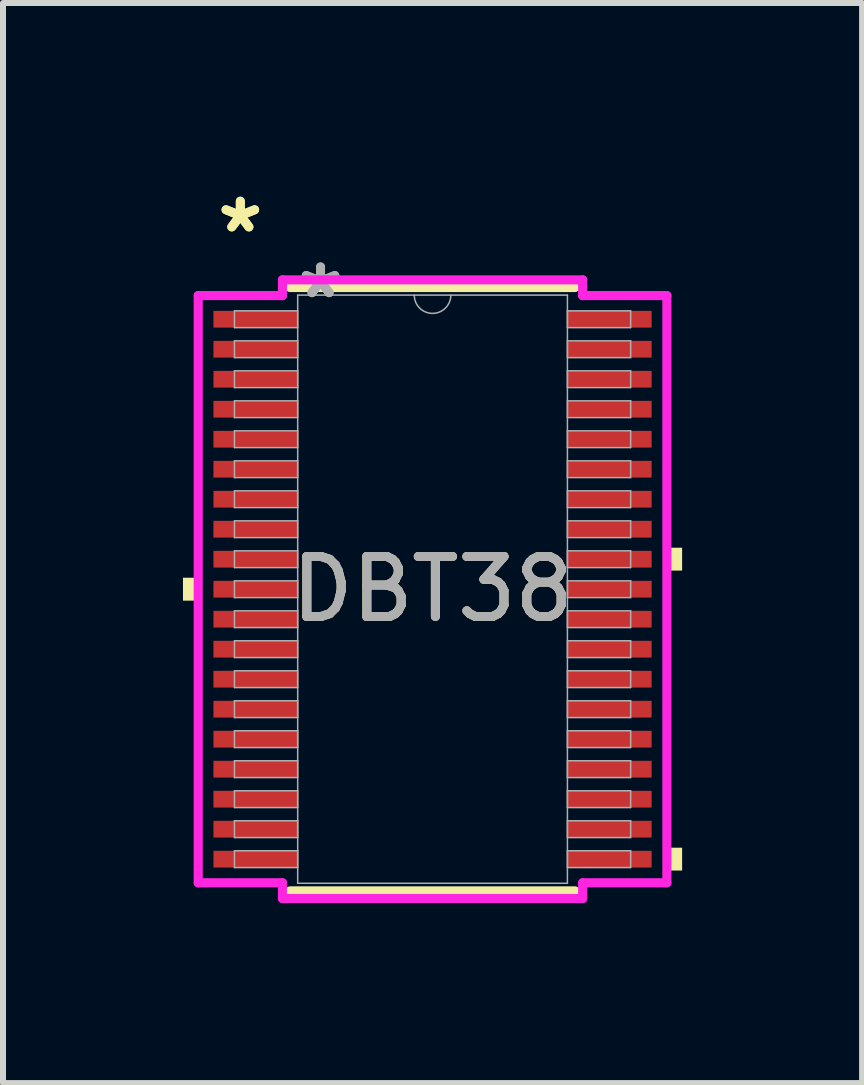
<source format=kicad_pcb>
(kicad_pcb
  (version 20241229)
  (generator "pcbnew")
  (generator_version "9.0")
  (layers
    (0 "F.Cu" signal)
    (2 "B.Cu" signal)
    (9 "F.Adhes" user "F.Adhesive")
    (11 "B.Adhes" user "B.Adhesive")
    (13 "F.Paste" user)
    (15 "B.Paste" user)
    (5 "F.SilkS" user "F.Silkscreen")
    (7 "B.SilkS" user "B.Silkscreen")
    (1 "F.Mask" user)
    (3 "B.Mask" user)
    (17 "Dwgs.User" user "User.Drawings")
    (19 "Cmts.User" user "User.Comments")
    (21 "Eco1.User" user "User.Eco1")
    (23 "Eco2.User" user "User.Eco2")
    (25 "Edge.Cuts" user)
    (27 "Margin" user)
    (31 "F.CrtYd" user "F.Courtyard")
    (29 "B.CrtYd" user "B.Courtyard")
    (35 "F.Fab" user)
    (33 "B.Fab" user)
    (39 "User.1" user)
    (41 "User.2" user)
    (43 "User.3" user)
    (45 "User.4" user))
  (footprint "DBT38"
    (layer "F.Cu")
    (at 4.16 6.771)
    (property "Reference" "DBT38" (at 0 0 0) (unlocked yes) (layer "F.SilkS") (effects (font (size 1 1) (thickness 0.15))))
    (attr smd)
    (fp_line (start -2.375 5.029) (end 2.375 5.029) (stroke (width 0.152) (type solid)) (layer "F.SilkS"))
    (fp_line (start 2.375 -5.029) (end -2.375 -5.029) (stroke (width 0.152) (type solid)) (layer "F.SilkS"))
    (fp_poly (pts (xy -4.16 -0.191) (xy -4.16 0.191) (xy -3.906 0.191) (xy -3.906 -0.191)) (stroke (width 0) (type solid)) (fill yes) (layer "F.SilkS"))
    (fp_poly (pts (xy 4.16 -0.691) (xy 4.16 -0.31) (xy 3.906 -0.31) (xy 3.906 -0.691)) (stroke (width 0) (type solid)) (fill yes) (layer "F.SilkS"))
    (fp_poly (pts (xy 4.16 4.309) (xy 4.16 4.69) (xy 3.906 4.69) (xy 3.906 4.309)) (stroke (width 0) (type solid)) (fill yes) (layer "F.SilkS"))
    (fp_line (start -3.906 -4.894) (end -2.502 -4.894) (stroke (width 0.152) (type solid)) (layer "F.CrtYd"))
    (fp_line (start -3.906 4.894) (end -3.906 -4.894) (stroke (width 0.152) (type solid)) (layer "F.CrtYd"))
    (fp_line (start -3.906 4.894) (end -2.502 4.894) (stroke (width 0.152) (type solid)) (layer "F.CrtYd"))
    (fp_line (start -2.502 -5.156) (end 2.502 -5.156) (stroke (width 0.152) (type solid)) (layer "F.CrtYd"))
    (fp_line (start -2.502 -4.894) (end -2.502 -5.156) (stroke (width 0.152) (type solid)) (layer "F.CrtYd"))
    (fp_line (start -2.502 5.156) (end -2.502 4.894) (stroke (width 0.152) (type solid)) (layer "F.CrtYd"))
    (fp_line (start 2.502 -5.156) (end 2.502 -4.894) (stroke (width 0.152) (type solid)) (layer "F.CrtYd"))
    (fp_line (start 2.502 4.894) (end 2.502 5.156) (stroke (width 0.152) (type solid)) (layer "F.CrtYd"))
    (fp_line (start 2.502 5.156) (end -2.502 5.156) (stroke (width 0.152) (type solid)) (layer "F.CrtYd"))
    (fp_line (start 3.906 -4.894) (end 2.502 -4.894) (stroke (width 0.152) (type solid)) (layer "F.CrtYd"))
    (fp_line (start 3.906 -4.894) (end 3.906 4.894) (stroke (width 0.152) (type solid)) (layer "F.CrtYd"))
    (fp_line (start 3.906 4.894) (end 2.502 4.894) (stroke (width 0.152) (type solid)) (layer "F.CrtYd"))
    (fp_line (start -3.302 -4.64) (end -3.302 -4.36) (stroke (width 0.025) (type solid)) (layer "F.Fab"))
    (fp_line (start -3.302 -4.36) (end -2.248 -4.36) (stroke (width 0.025) (type solid)) (layer "F.Fab"))
    (fp_line (start -3.302 -4.14) (end -3.302 -3.86) (stroke (width 0.025) (type solid)) (layer "F.Fab"))
    (fp_line (start -3.302 -3.86) (end -2.248 -3.86) (stroke (width 0.025) (type solid)) (layer "F.Fab"))
    (fp_line (start -3.302 -3.64) (end -3.302 -3.36) (stroke (width 0.025) (type solid)) (layer "F.Fab"))
    (fp_line (start -3.302 -3.36) (end -2.248 -3.36) (stroke (width 0.025) (type solid)) (layer "F.Fab"))
    (fp_line (start -3.302 -3.14) (end -3.302 -2.86) (stroke (width 0.025) (type solid)) (layer "F.Fab"))
    (fp_line (start -3.302 -2.86) (end -2.248 -2.86) (stroke (width 0.025) (type solid)) (layer "F.Fab"))
    (fp_line (start -3.302 -2.64) (end -3.302 -2.36) (stroke (width 0.025) (type solid)) (layer "F.Fab"))
    (fp_line (start -3.302 -2.36) (end -2.248 -2.36) (stroke (width 0.025) (type solid)) (layer "F.Fab"))
    (fp_line (start -3.302 -2.14) (end -3.302 -1.86) (stroke (width 0.025) (type solid)) (layer "F.Fab"))
    (fp_line (start -3.302 -1.86) (end -2.248 -1.86) (stroke (width 0.025) (type solid)) (layer "F.Fab"))
    (fp_line (start -3.302 -1.64) (end -3.302 -1.36) (stroke (width 0.025) (type solid)) (layer "F.Fab"))
    (fp_line (start -3.302 -1.36) (end -2.248 -1.36) (stroke (width 0.025) (type solid)) (layer "F.Fab"))
    (fp_line (start -3.302 -1.14) (end -3.302 -0.86) (stroke (width 0.025) (type solid)) (layer "F.Fab"))
    (fp_line (start -3.302 -0.86) (end -2.248 -0.86) (stroke (width 0.025) (type solid)) (layer "F.Fab"))
    (fp_line (start -3.302 -0.64) (end -3.302 -0.36) (stroke (width 0.025) (type solid)) (layer "F.Fab"))
    (fp_line (start -3.302 -0.36) (end -2.248 -0.36) (stroke (width 0.025) (type solid)) (layer "F.Fab"))
    (fp_line (start -3.302 -0.14) (end -3.302 0.14) (stroke (width 0.025) (type solid)) (layer "F.Fab"))
    (fp_line (start -3.302 0.14) (end -2.248 0.14) (stroke (width 0.025) (type solid)) (layer "F.Fab"))
    (fp_line (start -3.302 0.36) (end -3.302 0.64) (stroke (width 0.025) (type solid)) (layer "F.Fab"))
    (fp_line (start -3.302 0.64) (end -2.248 0.64) (stroke (width 0.025) (type solid)) (layer "F.Fab"))
    (fp_line (start -3.302 0.86) (end -3.302 1.14) (stroke (width 0.025) (type solid)) (layer "F.Fab"))
    (fp_line (start -3.302 1.14) (end -2.248 1.14) (stroke (width 0.025) (type solid)) (layer "F.Fab"))
    (fp_line (start -3.302 1.36) (end -3.302 1.64) (stroke (width 0.025) (type solid)) (layer "F.Fab"))
    (fp_line (start -3.302 1.64) (end -2.248 1.64) (stroke (width 0.025) (type solid)) (layer "F.Fab"))
    (fp_line (start -3.302 1.86) (end -3.302 2.14) (stroke (width 0.025) (type solid)) (layer "F.Fab"))
    (fp_line (start -3.302 2.14) (end -2.248 2.14) (stroke (width 0.025) (type solid)) (layer "F.Fab"))
    (fp_line (start -3.302 2.36) (end -3.302 2.64) (stroke (width 0.025) (type solid)) (layer "F.Fab"))
    (fp_line (start -3.302 2.64) (end -2.248 2.64) (stroke (width 0.025) (type solid)) (layer "F.Fab"))
    (fp_line (start -3.302 2.86) (end -3.302 3.14) (stroke (width 0.025) (type solid)) (layer "F.Fab"))
    (fp_line (start -3.302 3.14) (end -2.248 3.14) (stroke (width 0.025) (type solid)) (layer "F.Fab"))
    (fp_line (start -3.302 3.36) (end -3.302 3.64) (stroke (width 0.025) (type solid)) (layer "F.Fab"))
    (fp_line (start -3.302 3.64) (end -2.248 3.64) (stroke (width 0.025) (type solid)) (layer "F.Fab"))
    (fp_line (start -3.302 3.86) (end -3.302 4.14) (stroke (width 0.025) (type solid)) (layer "F.Fab"))
    (fp_line (start -3.302 4.14) (end -2.248 4.14) (stroke (width 0.025) (type solid)) (layer "F.Fab"))
    (fp_line (start -3.302 4.36) (end -3.302 4.64) (stroke (width 0.025) (type solid)) (layer "F.Fab"))
    (fp_line (start -3.302 4.64) (end -2.248 4.64) (stroke (width 0.025) (type solid)) (layer "F.Fab"))
    (fp_line (start -2.248 -4.902) (end -2.248 4.902) (stroke (width 0.025) (type solid)) (layer "F.Fab"))
    (fp_line (start -2.248 -4.64) (end -3.302 -4.64) (stroke (width 0.025) (type solid)) (layer "F.Fab"))
    (fp_line (start -2.248 -4.36) (end -2.248 -4.64) (stroke (width 0.025) (type solid)) (layer "F.Fab"))
    (fp_line (start -2.248 -4.14) (end -3.302 -4.14) (stroke (width 0.025) (type solid)) (layer "F.Fab"))
    (fp_line (start -2.248 -3.86) (end -2.248 -4.14) (stroke (width 0.025) (type solid)) (layer "F.Fab"))
    (fp_line (start -2.248 -3.64) (end -3.302 -3.64) (stroke (width 0.025) (type solid)) (layer "F.Fab"))
    (fp_line (start -2.248 -3.36) (end -2.248 -3.64) (stroke (width 0.025) (type solid)) (layer "F.Fab"))
    (fp_line (start -2.248 -3.14) (end -3.302 -3.14) (stroke (width 0.025) (type solid)) (layer "F.Fab"))
    (fp_line (start -2.248 -2.86) (end -2.248 -3.14) (stroke (width 0.025) (type solid)) (layer "F.Fab"))
    (fp_line (start -2.248 -2.64) (end -3.302 -2.64) (stroke (width 0.025) (type solid)) (layer "F.Fab"))
    (fp_line (start -2.248 -2.36) (end -2.248 -2.64) (stroke (width 0.025) (type solid)) (layer "F.Fab"))
    (fp_line (start -2.248 -2.14) (end -3.302 -2.14) (stroke (width 0.025) (type solid)) (layer "F.Fab"))
    (fp_line (start -2.248 -1.86) (end -2.248 -2.14) (stroke (width 0.025) (type solid)) (layer "F.Fab"))
    (fp_line (start -2.248 -1.64) (end -3.302 -1.64) (stroke (width 0.025) (type solid)) (layer "F.Fab"))
    (fp_line (start -2.248 -1.36) (end -2.248 -1.64) (stroke (width 0.025) (type solid)) (layer "F.Fab"))
    (fp_line (start -2.248 -1.14) (end -3.302 -1.14) (stroke (width 0.025) (type solid)) (layer "F.Fab"))
    (fp_line (start -2.248 -0.86) (end -2.248 -1.14) (stroke (width 0.025) (type solid)) (layer "F.Fab"))
    (fp_line (start -2.248 -0.64) (end -3.302 -0.64) (stroke (width 0.025) (type solid)) (layer "F.Fab"))
    (fp_line (start -2.248 -0.36) (end -2.248 -0.64) (stroke (width 0.025) (type solid)) (layer "F.Fab"))
    (fp_line (start -2.248 -0.14) (end -3.302 -0.14) (stroke (width 0.025) (type solid)) (layer "F.Fab"))
    (fp_line (start -2.248 0.14) (end -2.248 -0.14) (stroke (width 0.025) (type solid)) (layer "F.Fab"))
    (fp_line (start -2.248 0.36) (end -3.302 0.36) (stroke (width 0.025) (type solid)) (layer "F.Fab"))
    (fp_line (start -2.248 0.64) (end -2.248 0.36) (stroke (width 0.025) (type solid)) (layer "F.Fab"))
    (fp_line (start -2.248 0.86) (end -3.302 0.86) (stroke (width 0.025) (type solid)) (layer "F.Fab"))
    (fp_line (start -2.248 1.14) (end -2.248 0.86) (stroke (width 0.025) (type solid)) (layer "F.Fab"))
    (fp_line (start -2.248 1.36) (end -3.302 1.36) (stroke (width 0.025) (type solid)) (layer "F.Fab"))
    (fp_line (start -2.248 1.64) (end -2.248 1.36) (stroke (width 0.025) (type solid)) (layer "F.Fab"))
    (fp_line (start -2.248 1.86) (end -3.302 1.86) (stroke (width 0.025) (type solid)) (layer "F.Fab"))
    (fp_line (start -2.248 2.14) (end -2.248 1.86) (stroke (width 0.025) (type solid)) (layer "F.Fab"))
    (fp_line (start -2.248 2.36) (end -3.302 2.36) (stroke (width 0.025) (type solid)) (layer "F.Fab"))
    (fp_line (start -2.248 2.64) (end -2.248 2.36) (stroke (width 0.025) (type solid)) (layer "F.Fab"))
    (fp_line (start -2.248 2.86) (end -3.302 2.86) (stroke (width 0.025) (type solid)) (layer "F.Fab"))
    (fp_line (start -2.248 3.14) (end -2.248 2.86) (stroke (width 0.025) (type solid)) (layer "F.Fab"))
    (fp_line (start -2.248 3.36) (end -3.302 3.36) (stroke (width 0.025) (type solid)) (layer "F.Fab"))
    (fp_line (start -2.248 3.64) (end -2.248 3.36) (stroke (width 0.025) (type solid)) (layer "F.Fab"))
    (fp_line (start -2.248 3.86) (end -3.302 3.86) (stroke (width 0.025) (type solid)) (layer "F.Fab"))
    (fp_line (start -2.248 4.14) (end -2.248 3.86) (stroke (width 0.025) (type solid)) (layer "F.Fab"))
    (fp_line (start -2.248 4.36) (end -3.302 4.36) (stroke (width 0.025) (type solid)) (layer "F.Fab"))
    (fp_line (start -2.248 4.64) (end -2.248 4.36) (stroke (width 0.025) (type solid)) (layer "F.Fab"))
    (fp_line (start -2.248 4.902) (end 2.248 4.902) (stroke (width 0.025) (type solid)) (layer "F.Fab"))
    (fp_line (start 2.248 -4.902) (end -2.248 -4.902) (stroke (width 0.025) (type solid)) (layer "F.Fab"))
    (fp_line (start 2.248 -4.64) (end 2.248 -4.36) (stroke (width 0.025) (type solid)) (layer "F.Fab"))
    (fp_line (start 2.248 -4.36) (end 3.302 -4.36) (stroke (width 0.025) (type solid)) (layer "F.Fab"))
    (fp_line (start 2.248 -4.14) (end 2.248 -3.86) (stroke (width 0.025) (type solid)) (layer "F.Fab"))
    (fp_line (start 2.248 -3.86) (end 3.302 -3.86) (stroke (width 0.025) (type solid)) (layer "F.Fab"))
    (fp_line (start 2.248 -3.64) (end 2.248 -3.36) (stroke (width 0.025) (type solid)) (layer "F.Fab"))
    (fp_line (start 2.248 -3.36) (end 3.302 -3.36) (stroke (width 0.025) (type solid)) (layer "F.Fab"))
    (fp_line (start 2.248 -3.14) (end 2.248 -2.86) (stroke (width 0.025) (type solid)) (layer "F.Fab"))
    (fp_line (start 2.248 -2.86) (end 3.302 -2.86) (stroke (width 0.025) (type solid)) (layer "F.Fab"))
    (fp_line (start 2.248 -2.64) (end 2.248 -2.36) (stroke (width 0.025) (type solid)) (layer "F.Fab"))
    (fp_line (start 2.248 -2.36) (end 3.302 -2.36) (stroke (width 0.025) (type solid)) (layer "F.Fab"))
    (fp_line (start 2.248 -2.14) (end 2.248 -1.86) (stroke (width 0.025) (type solid)) (layer "F.Fab"))
    (fp_line (start 2.248 -1.86) (end 3.302 -1.86) (stroke (width 0.025) (type solid)) (layer "F.Fab"))
    (fp_line (start 2.248 -1.64) (end 2.248 -1.36) (stroke (width 0.025) (type solid)) (layer "F.Fab"))
    (fp_line (start 2.248 -1.36) (end 3.302 -1.36) (stroke (width 0.025) (type solid)) (layer "F.Fab"))
    (fp_line (start 2.248 -1.14) (end 2.248 -0.86) (stroke (width 0.025) (type solid)) (layer "F.Fab"))
    (fp_line (start 2.248 -0.86) (end 3.302 -0.86) (stroke (width 0.025) (type solid)) (layer "F.Fab"))
    (fp_line (start 2.248 -0.64) (end 2.248 -0.36) (stroke (width 0.025) (type solid)) (layer "F.Fab"))
    (fp_line (start 2.248 -0.36) (end 3.302 -0.36) (stroke (width 0.025) (type solid)) (layer "F.Fab"))
    (fp_line (start 2.248 -0.14) (end 2.248 0.14) (stroke (width 0.025) (type solid)) (layer "F.Fab"))
    (fp_line (start 2.248 0.14) (end 3.302 0.14) (stroke (width 0.025) (type solid)) (layer "F.Fab"))
    (fp_line (start 2.248 0.36) (end 2.248 0.64) (stroke (width 0.025) (type solid)) (layer "F.Fab"))
    (fp_line (start 2.248 0.64) (end 3.302 0.64) (stroke (width 0.025) (type solid)) (layer "F.Fab"))
    (fp_line (start 2.248 0.86) (end 2.248 1.14) (stroke (width 0.025) (type solid)) (layer "F.Fab"))
    (fp_line (start 2.248 1.14) (end 3.302 1.14) (stroke (width 0.025) (type solid)) (layer "F.Fab"))
    (fp_line (start 2.248 1.36) (end 2.248 1.64) (stroke (width 0.025) (type solid)) (layer "F.Fab"))
    (fp_line (start 2.248 1.64) (end 3.302 1.64) (stroke (width 0.025) (type solid)) (layer "F.Fab"))
    (fp_line (start 2.248 1.86) (end 2.248 2.14) (stroke (width 0.025) (type solid)) (layer "F.Fab"))
    (fp_line (start 2.248 2.14) (end 3.302 2.14) (stroke (width 0.025) (type solid)) (layer "F.Fab"))
    (fp_line (start 2.248 2.36) (end 2.248 2.64) (stroke (width 0.025) (type solid)) (layer "F.Fab"))
    (fp_line (start 2.248 2.64) (end 3.302 2.64) (stroke (width 0.025) (type solid)) (layer "F.Fab"))
    (fp_line (start 2.248 2.86) (end 2.248 3.14) (stroke (width 0.025) (type solid)) (layer "F.Fab"))
    (fp_line (start 2.248 3.14) (end 3.302 3.14) (stroke (width 0.025) (type solid)) (layer "F.Fab"))
    (fp_line (start 2.248 3.36) (end 2.248 3.64) (stroke (width 0.025) (type solid)) (layer "F.Fab"))
    (fp_line (start 2.248 3.64) (end 3.302 3.64) (stroke (width 0.025) (type solid)) (layer "F.Fab"))
    (fp_line (start 2.248 3.86) (end 2.248 4.14) (stroke (width 0.025) (type solid)) (layer "F.Fab"))
    (fp_line (start 2.248 4.14) (end 3.302 4.14) (stroke (width 0.025) (type solid)) (layer "F.Fab"))
    (fp_line (start 2.248 4.36) (end 2.248 4.64) (stroke (width 0.025) (type solid)) (layer "F.Fab"))
    (fp_line (start 2.248 4.64) (end 3.302 4.64) (stroke (width 0.025) (type solid)) (layer "F.Fab"))
    (fp_line (start 2.248 4.902) (end 2.248 -4.902) (stroke (width 0.025) (type solid)) (layer "F.Fab"))
    (fp_line (start 3.302 -4.64) (end 2.248 -4.64) (stroke (width 0.025) (type solid)) (layer "F.Fab"))
    (fp_line (start 3.302 -4.36) (end 3.302 -4.64) (stroke (width 0.025) (type solid)) (layer "F.Fab"))
    (fp_line (start 3.302 -4.14) (end 2.248 -4.14) (stroke (width 0.025) (type solid)) (layer "F.Fab"))
    (fp_line (start 3.302 -3.86) (end 3.302 -4.14) (stroke (width 0.025) (type solid)) (layer "F.Fab"))
    (fp_line (start 3.302 -3.64) (end 2.248 -3.64) (stroke (width 0.025) (type solid)) (layer "F.Fab"))
    (fp_line (start 3.302 -3.36) (end 3.302 -3.64) (stroke (width 0.025) (type solid)) (layer "F.Fab"))
    (fp_line (start 3.302 -3.14) (end 2.248 -3.14) (stroke (width 0.025) (type solid)) (layer "F.Fab"))
    (fp_line (start 3.302 -2.86) (end 3.302 -3.14) (stroke (width 0.025) (type solid)) (layer "F.Fab"))
    (fp_line (start 3.302 -2.64) (end 2.248 -2.64) (stroke (width 0.025) (type solid)) (layer "F.Fab"))
    (fp_line (start 3.302 -2.36) (end 3.302 -2.64) (stroke (width 0.025) (type solid)) (layer "F.Fab"))
    (fp_line (start 3.302 -2.14) (end 2.248 -2.14) (stroke (width 0.025) (type solid)) (layer "F.Fab"))
    (fp_line (start 3.302 -1.86) (end 3.302 -2.14) (stroke (width 0.025) (type solid)) (layer "F.Fab"))
    (fp_line (start 3.302 -1.64) (end 2.248 -1.64) (stroke (width 0.025) (type solid)) (layer "F.Fab"))
    (fp_line (start 3.302 -1.36) (end 3.302 -1.64) (stroke (width 0.025) (type solid)) (layer "F.Fab"))
    (fp_line (start 3.302 -1.14) (end 2.248 -1.14) (stroke (width 0.025) (type solid)) (layer "F.Fab"))
    (fp_line (start 3.302 -0.86) (end 3.302 -1.14) (stroke (width 0.025) (type solid)) (layer "F.Fab"))
    (fp_line (start 3.302 -0.64) (end 2.248 -0.64) (stroke (width 0.025) (type solid)) (layer "F.Fab"))
    (fp_line (start 3.302 -0.36) (end 3.302 -0.64) (stroke (width 0.025) (type solid)) (layer "F.Fab"))
    (fp_line (start 3.302 -0.14) (end 2.248 -0.14) (stroke (width 0.025) (type solid)) (layer "F.Fab"))
    (fp_line (start 3.302 0.14) (end 3.302 -0.14) (stroke (width 0.025) (type solid)) (layer "F.Fab"))
    (fp_line (start 3.302 0.36) (end 2.248 0.36) (stroke (width 0.025) (type solid)) (layer "F.Fab"))
    (fp_line (start 3.302 0.64) (end 3.302 0.36) (stroke (width 0.025) (type solid)) (layer "F.Fab"))
    (fp_line (start 3.302 0.86) (end 2.248 0.86) (stroke (width 0.025) (type solid)) (layer "F.Fab"))
    (fp_line (start 3.302 1.14) (end 3.302 0.86) (stroke (width 0.025) (type solid)) (layer "F.Fab"))
    (fp_line (start 3.302 1.36) (end 2.248 1.36) (stroke (width 0.025) (type solid)) (layer "F.Fab"))
    (fp_line (start 3.302 1.64) (end 3.302 1.36) (stroke (width 0.025) (type solid)) (layer "F.Fab"))
    (fp_line (start 3.302 1.86) (end 2.248 1.86) (stroke (width 0.025) (type solid)) (layer "F.Fab"))
    (fp_line (start 3.302 2.14) (end 3.302 1.86) (stroke (width 0.025) (type solid)) (layer "F.Fab"))
    (fp_line (start 3.302 2.36) (end 2.248 2.36) (stroke (width 0.025) (type solid)) (layer "F.Fab"))
    (fp_line (start 3.302 2.64) (end 3.302 2.36) (stroke (width 0.025) (type solid)) (layer "F.Fab"))
    (fp_line (start 3.302 2.86) (end 2.248 2.86) (stroke (width 0.025) (type solid)) (layer "F.Fab"))
    (fp_line (start 3.302 3.14) (end 3.302 2.86) (stroke (width 0.025) (type solid)) (layer "F.Fab"))
    (fp_line (start 3.302 3.36) (end 2.248 3.36) (stroke (width 0.025) (type solid)) (layer "F.Fab"))
    (fp_line (start 3.302 3.64) (end 3.302 3.36) (stroke (width 0.025) (type solid)) (layer "F.Fab"))
    (fp_line (start 3.302 3.86) (end 2.248 3.86) (stroke (width 0.025) (type solid)) (layer "F.Fab"))
    (fp_line (start 3.302 4.14) (end 3.302 3.86) (stroke (width 0.025) (type solid)) (layer "F.Fab"))
    (fp_line (start 3.302 4.36) (end 2.248 4.36) (stroke (width 0.025) (type solid)) (layer "F.Fab"))
    (fp_line (start 3.302 4.64) (end 3.302 4.36) (stroke (width 0.025) (type solid)) (layer "F.Fab"))
    (fp_arc (start 0.3048 -4.9022) (mid 0 -4.5974) (end -0.3048 -4.9022) (stroke (width 0.0254) (type solid)) (layer "F.Fab"))
    (fp_text user "*" (at -3.204 -5.922 0) (unlocked yes) (layer "F.SilkS") (effects (font (size 1 1) (thickness 0.15))))
    (fp_text user "*" (at -3.204 -5.922 0) (layer "F.SilkS") (effects (font (size 1 1) (thickness 0.15))))
    (fp_text user "*" (at -1.867 -4.826 0) (unlocked yes) (layer "F.Fab") (effects (font (size 1 1) (thickness 0.15))))
    (fp_text user "*" (at -1.867 -4.826 0) (layer "F.Fab") (effects (font (size 1 1) (thickness 0.15))))
    (fp_text user "${REFERENCE}" (at 0 0 0) (unlocked yes) (layer "F.Fab") (effects (font (size 1 1) (thickness 0.15))))
    (pad "1" smd rect (at -2.95 -4.5) (size 1.404 0.279) (layers "F.Cu" "F.Mask" "F.Paste"))
    (pad "2" smd rect (at -2.95 -4) (size 1.404 0.279) (layers "F.Cu" "F.Mask" "F.Paste"))
    (pad "3" smd rect (at -2.95 -3.5) (size 1.404 0.279) (layers "F.Cu" "F.Mask" "F.Paste"))
    (pad "4" smd rect (at -2.95 -3) (size 1.404 0.279) (layers "F.Cu" "F.Mask" "F.Paste"))
    (pad "5" smd rect (at -2.95 -2.5) (size 1.404 0.279) (layers "F.Cu" "F.Mask" "F.Paste"))
    (pad "6" smd rect (at -2.95 -2) (size 1.404 0.279) (layers "F.Cu" "F.Mask" "F.Paste"))
    (pad "7" smd rect (at -2.95 -1.5) (size 1.404 0.279) (layers "F.Cu" "F.Mask" "F.Paste"))
    (pad "8" smd rect (at -2.95 -1) (size 1.404 0.279) (layers "F.Cu" "F.Mask" "F.Paste"))
    (pad "9" smd rect (at -2.95 -0.5) (size 1.404 0.279) (layers "F.Cu" "F.Mask" "F.Paste"))
    (pad "10" smd rect (at -2.95 0) (size 1.404 0.279) (layers "F.Cu" "F.Mask" "F.Paste"))
    (pad "11" smd rect (at -2.95 0.5) (size 1.404 0.279) (layers "F.Cu" "F.Mask" "F.Paste"))
    (pad "12" smd rect (at -2.95 1) (size 1.404 0.279) (layers "F.Cu" "F.Mask" "F.Paste"))
    (pad "13" smd rect (at -2.95 1.5) (size 1.404 0.279) (layers "F.Cu" "F.Mask" "F.Paste"))
    (pad "14" smd rect (at -2.95 2) (size 1.404 0.279) (layers "F.Cu" "F.Mask" "F.Paste"))
    (pad "15" smd rect (at -2.95 2.5) (size 1.404 0.279) (layers "F.Cu" "F.Mask" "F.Paste"))
    (pad "16" smd rect (at -2.95 3) (size 1.404 0.279) (layers "F.Cu" "F.Mask" "F.Paste"))
    (pad "17" smd rect (at -2.95 3.5) (size 1.404 0.279) (layers "F.Cu" "F.Mask" "F.Paste"))
    (pad "18" smd rect (at -2.95 4) (size 1.404 0.279) (layers "F.Cu" "F.Mask" "F.Paste"))
    (pad "19" smd rect (at -2.95 4.5) (size 1.404 0.279) (layers "F.Cu" "F.Mask" "F.Paste"))
    (pad "20" smd rect (at 2.95 4.5) (size 1.404 0.279) (layers "F.Cu" "F.Mask" "F.Paste"))
    (pad "21" smd rect (at 2.95 4) (size 1.404 0.279) (layers "F.Cu" "F.Mask" "F.Paste"))
    (pad "22" smd rect (at 2.95 3.5) (size 1.404 0.279) (layers "F.Cu" "F.Mask" "F.Paste"))
    (pad "23" smd rect (at 2.95 3) (size 1.404 0.279) (layers "F.Cu" "F.Mask" "F.Paste"))
    (pad "24" smd rect (at 2.95 2.5) (size 1.404 0.279) (layers "F.Cu" "F.Mask" "F.Paste"))
    (pad "25" smd rect (at 2.95 2) (size 1.404 0.279) (layers "F.Cu" "F.Mask" "F.Paste"))
    (pad "26" smd rect (at 2.95 1.5) (size 1.404 0.279) (layers "F.Cu" "F.Mask" "F.Paste"))
    (pad "27" smd rect (at 2.95 1) (size 1.404 0.279) (layers "F.Cu" "F.Mask" "F.Paste"))
    (pad "28" smd rect (at 2.95 0.5) (size 1.404 0.279) (layers "F.Cu" "F.Mask" "F.Paste"))
    (pad "29" smd rect (at 2.95 0) (size 1.404 0.279) (layers "F.Cu" "F.Mask" "F.Paste"))
    (pad "30" smd rect (at 2.95 -0.5) (size 1.404 0.279) (layers "F.Cu" "F.Mask" "F.Paste"))
    (pad "31" smd rect (at 2.95 -1) (size 1.404 0.279) (layers "F.Cu" "F.Mask" "F.Paste"))
    (pad "32" smd rect (at 2.95 -1.5) (size 1.404 0.279) (layers "F.Cu" "F.Mask" "F.Paste"))
    (pad "33" smd rect (at 2.95 -2) (size 1.404 0.279) (layers "F.Cu" "F.Mask" "F.Paste"))
    (pad "34" smd rect (at 2.95 -2.5) (size 1.404 0.279) (layers "F.Cu" "F.Mask" "F.Paste"))
    (pad "35" smd rect (at 2.95 -3) (size 1.404 0.279) (layers "F.Cu" "F.Mask" "F.Paste"))
    (pad "36" smd rect (at 2.95 -3.5) (size 1.404 0.279) (layers "F.Cu" "F.Mask" "F.Paste"))
    (pad "37" smd rect (at 2.95 -4) (size 1.404 0.279) (layers "F.Cu" "F.Mask" "F.Paste"))
    (pad "38" smd rect (at 2.95 -4.5) (size 1.404 0.279) (layers "F.Cu" "F.Mask" "F.Paste")))
  (gr_rect
    (start -3 -3)
    (end 11.32 15.003)
    (stroke (width 0.1) (type default))
    (fill no)
    (layer "Edge.Cuts")))
</source>
